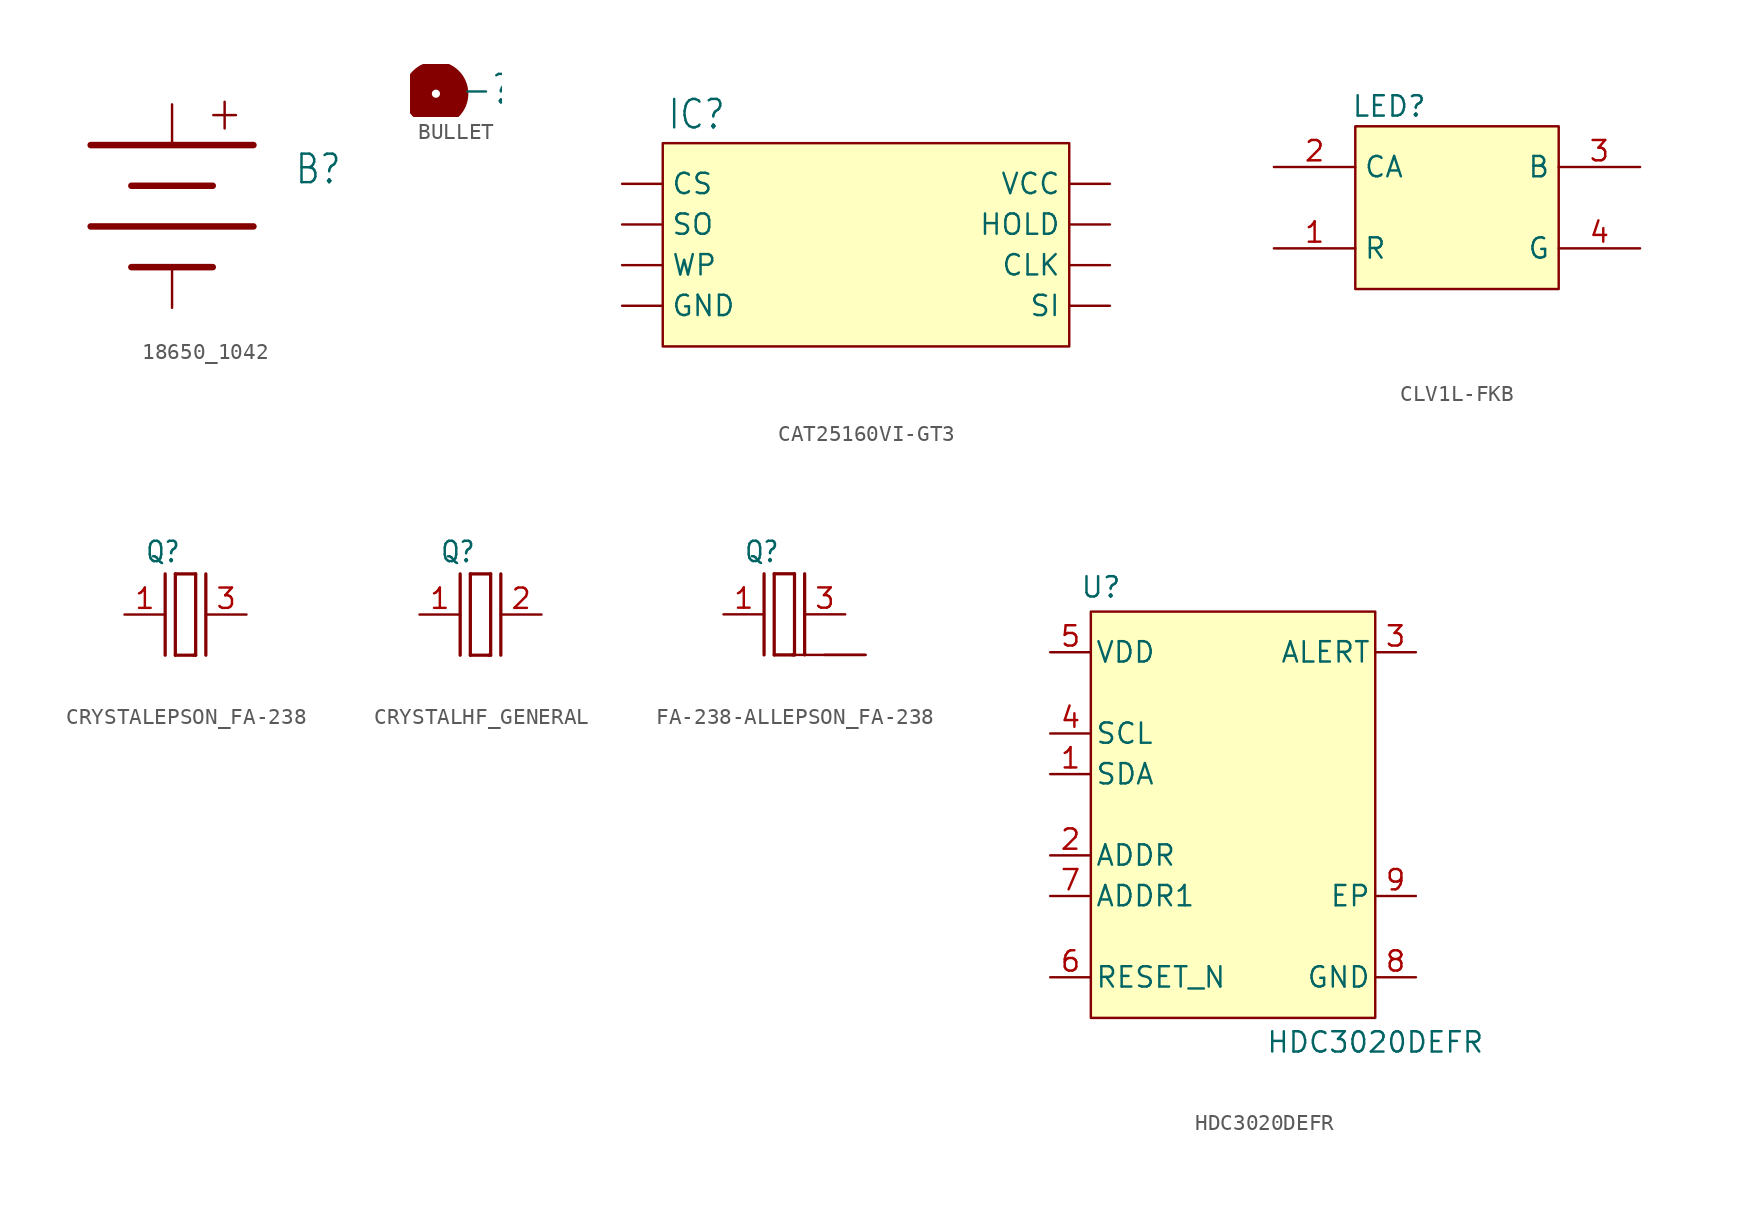
<source format=kicad_sym>
(kicad_symbol_lib
  (version 20241209)
  (generator "kicad_symbol_editor")
  (generator_version "9.0")
  (symbol "18650_1042"
    (property "Reference" "B"
      (at 7.62 2.54 0)
      (effects (font (size 1.778 1.511)) (justify left bottom)))
    (property "Value" ""
      (at 7.62 0 0)
      (effects (font (size 1.778 1.511)) (justify left bottom)))
    (property "ki_locked" ""
      (at 0 0 0)
      (effects (font (size 1.27 1.27))))
    (symbol "18650_1042_1_0"
      (polyline (pts (xy -5.08 5.08) (xy 5.08 5.08)) (stroke (width 0.406) (type solid)) (fill (type none)))
      (polyline (pts (xy -5.08 0) (xy 5.08 0)) (stroke (width 0.406) (type solid)) (fill (type none)))
      (polyline (pts (xy -2.54 2.54) (xy 2.54 2.54)) (stroke (width 0.406) (type solid)) (fill (type none)))
      (polyline (pts (xy -2.54 -2.54) (xy 2.54 -2.54)) (stroke (width 0.406) (type solid)) (fill (type none)))
      (text "+" (at 2.032 5.842 0) (effects (font (size 2.184 1.857)) (justify left bottom)))
      (pin bidirectional line (at 0 7.62 270) (length 2.54) (name "+" (effects (font (size 0 0)))) (number "+" (effects (font (size 0 0)))))
      (pin bidirectional line (at 0 -5.08 90) (length 2.54) (name "-" (effects (font (size 0 0)))) (number "-" (effects (font (size 0 0)))))))
  (symbol "BULLET"
    (property "Reference" "-"
      (at 1.524 -0.762 0)
      (effects (font (size 1.778 1.511)) (justify left bottom)))
    (property "ki_locked" ""
      (at 0 0 0)
      (effects (font (size 1.27 1.27))))
    (symbol "BULLET_1_0"
      (circle (center 0 0) (radius 0.254) (stroke (width 1.778) (type solid)) (fill (type none)))))
  (symbol "CAT25160VI-GT3"
    (property "Reference" "IC"
      (at -12.446 5.842 0)
      (effects (font (size 1.778 1.511)) (justify left bottom)))
    (property "Value" ""
      (at -12.7 -10.16 0)
      (effects (font (size 1.778 1.511)) (justify left bottom)))
    (property "ki_locked" ""
      (at 0 0 0)
      (effects (font (size 1.27 1.27))))
    (symbol "CAT25160VI-GT3_1_0"
      (pin bidirectional line (at -15.24 2.54 0) (length 2.54) (name "CS" (effects (font (size 1.27 1.27)))) (number "1" (effects (font (size 0 0)))))
      (pin bidirectional line (at -15.24 0 0) (length 2.54) (name "SO" (effects (font (size 1.27 1.27)))) (number "2" (effects (font (size 0 0)))))
      (pin bidirectional line (at -15.24 -2.54 0) (length 2.54) (name "WP" (effects (font (size 1.27 1.27)))) (number "3" (effects (font (size 0 0)))))
      (pin bidirectional line (at -15.24 -5.08 0) (length 2.54) (name "GND" (effects (font (size 1.27 1.27)))) (number "4" (effects (font (size 0 0)))))
      (pin bidirectional line (at 15.24 2.54 180) (length 2.54) (name "VCC" (effects (font (size 1.27 1.27)))) (number "8" (effects (font (size 0 0)))))
      (pin bidirectional line (at 15.24 0 180) (length 2.54) (name "HOLD" (effects (font (size 1.27 1.27)))) (number "7" (effects (font (size 0 0)))))
      (pin bidirectional line (at 15.24 -2.54 180) (length 2.54) (name "CLK" (effects (font (size 1.27 1.27)))) (number "6" (effects (font (size 0 0)))))
      (pin bidirectional line (at 15.24 -5.08 180) (length 2.54) (name "SI" (effects (font (size 1.27 1.27)))) (number "5" (effects (font (size 0 0))))))
    (symbol "CAT25160VI-GT3_1_1"
      (rectangle (start -12.7 5.08) (end 12.7 -7.62) (stroke (width 0) (type solid)) (fill (type background)))))
  (symbol "CLV1L-FKB"
    (property "Reference" "LED"
      (at -5.334 5.588 0)
      (effects (font (size 1.27 1.27)) (justify left bottom)))
    (property "Value" ""
      (at -5.08 -8.89 0)
      (effects (font (size 2.54 2.159)) (justify left bottom)))
    (symbol "CLV1L-FKB_1_0"
      (pin bidirectional line (at -10.16 2.54 0) (length 5.08) (name "CA" (effects (font (size 1.27 1.27)))) (number "2" (effects (font (size 1.27 1.27)))))
      (pin bidirectional line (at -10.16 -2.54 0) (length 5.08) (name "R" (effects (font (size 1.27 1.27)))) (number "1" (effects (font (size 1.27 1.27)))))
      (pin bidirectional line (at 12.7 2.54 180) (length 5.08) (name "B" (effects (font (size 1.27 1.27)))) (number "3" (effects (font (size 1.27 1.27)))))
      (pin bidirectional line (at 12.7 -2.54 180) (length 5.08) (name "G" (effects (font (size 1.27 1.27)))) (number "4" (effects (font (size 1.27 1.27))))))
    (symbol "CLV1L-FKB_1_1"
      (rectangle (start -5.08 5.08) (end 7.62 -5.08) (stroke (width 0) (type solid)) (fill (type background)))))
  (symbol "CRYSTALEPSON_FA-238"
    (property "Reference" "Q"
      (at -2.54 3.175 0)
      (effects (font (size 1.27 1.079)) (justify left bottom)))
    (property "Value" ""
      (at -3.81 -4.445 0)
      (effects (font (size 1.27 1.079)) (justify left bottom)))
    (property "ki_locked" ""
      (at 0 0 0)
      (effects (font (size 1.27 1.27))))
    (symbol "CRYSTALEPSON_FA-238_1_0"
      (polyline (pts (xy -1.27 2.54) (xy -1.27 -2.54)) (stroke (width 0.203) (type solid)) (fill (type none)))
      (polyline (pts (xy -0.635 2.54) (xy 0.635 2.54)) (stroke (width 0.203) (type solid)) (fill (type none)))
      (polyline (pts (xy -0.635 -2.54) (xy -0.635 2.54)) (stroke (width 0.203) (type solid)) (fill (type none)))
      (polyline (pts (xy 0.508 -2.54) (xy -0.635 -2.54)) (stroke (width 0.203) (type solid)) (fill (type none)))
      (polyline (pts (xy 0.635 2.54) (xy 0.635 -2.54)) (stroke (width 0.203) (type solid)) (fill (type none)))
      (polyline (pts (xy 0.635 -2.54) (xy 0.508 -2.54)) (stroke (width 0.203) (type solid)) (fill (type none)))
      (polyline (pts (xy 1.27 2.54) (xy 1.27 -2.54)) (stroke (width 0.203) (type solid)) (fill (type none)))
      (pin passive line (at -3.81 0 0) (length 2.54) (name "1" (effects (font (size 0 0)))) (number "1" (effects (font (size 1.27 1.27)))))
      (pin passive line (at 3.81 0 180) (length 2.54) (name "2" (effects (font (size 0 0)))) (number "3" (effects (font (size 1.27 1.27)))))))
  (symbol "CRYSTALHF_GENERAL"
    (property "Reference" "Q"
      (at -2.54 3.175 0)
      (effects (font (size 1.27 1.079)) (justify left bottom)))
    (property "Value" ""
      (at -3.81 -4.445 0)
      (effects (font (size 1.27 1.079)) (justify left bottom)))
    (property "ki_locked" ""
      (at 0 0 0)
      (effects (font (size 1.27 1.27))))
    (symbol "CRYSTALHF_GENERAL_1_0"
      (polyline (pts (xy -1.27 2.54) (xy -1.27 -2.54)) (stroke (width 0.203) (type solid)) (fill (type none)))
      (polyline (pts (xy -0.635 2.54) (xy 0.635 2.54)) (stroke (width 0.203) (type solid)) (fill (type none)))
      (polyline (pts (xy -0.635 -2.54) (xy -0.635 2.54)) (stroke (width 0.203) (type solid)) (fill (type none)))
      (polyline (pts (xy 0.508 -2.54) (xy -0.635 -2.54)) (stroke (width 0.203) (type solid)) (fill (type none)))
      (polyline (pts (xy 0.635 2.54) (xy 0.635 -2.54)) (stroke (width 0.203) (type solid)) (fill (type none)))
      (polyline (pts (xy 0.635 -2.54) (xy 0.508 -2.54)) (stroke (width 0.203) (type solid)) (fill (type none)))
      (polyline (pts (xy 1.27 2.54) (xy 1.27 -2.54)) (stroke (width 0.203) (type solid)) (fill (type none)))
      (pin passive line (at -3.81 0 0) (length 2.54) (name "1" (effects (font (size 0 0)))) (number "1" (effects (font (size 1.27 1.27)))))
      (pin passive line (at 3.81 0 180) (length 2.54) (name "2" (effects (font (size 0 0)))) (number "2" (effects (font (size 1.27 1.27)))))))
  (symbol "FA-238-ALLEPSON_FA-238"
    (property "Reference" "Q"
      (at -2.54 3.175 0)
      (effects (font (size 1.27 1.079)) (justify left bottom)))
    (property "Value" ""
      (at -3.81 -4.445 0)
      (effects (font (size 1.27 1.079)) (justify left bottom)))
    (property "ki_locked" ""
      (at 0 0 0)
      (effects (font (size 1.27 1.27))))
    (symbol "FA-238-ALLEPSON_FA-238_1_0"
      (polyline (pts (xy -1.27 2.54) (xy -1.27 -2.54)) (stroke (width 0.203) (type solid)) (fill (type none)))
      (polyline (pts (xy -0.635 2.54) (xy 0.635 2.54)) (stroke (width 0.203) (type solid)) (fill (type none)))
      (polyline (pts (xy -0.635 -2.54) (xy -0.635 2.54)) (stroke (width 0.203) (type solid)) (fill (type none)))
      (polyline (pts (xy 0.508 -2.54) (xy -0.635 -2.54)) (stroke (width 0.203) (type solid)) (fill (type none)))
      (polyline (pts (xy 0.635 2.54) (xy 0.635 -2.54)) (stroke (width 0.203) (type solid)) (fill (type none)))
      (polyline (pts (xy 0.635 -2.54) (xy 0.508 -2.54)) (stroke (width 0.203) (type solid)) (fill (type none)))
      (polyline (pts (xy 1.27 2.54) (xy 1.27 -2.54)) (stroke (width 0.203) (type solid)) (fill (type none)))
      (polyline (pts (xy 2.54 -2.54) (xy 0.508 -2.54)) (stroke (width 0.152) (type solid)) (fill (type none)))
      (pin passive line (at -3.81 0 0) (length 2.54) (name "1" (effects (font (size 0 0)))) (number "1" (effects (font (size 1.27 1.27)))))
      (pin passive line (at 3.81 0 180) (length 2.54) (name "2" (effects (font (size 0 0)))) (number "3" (effects (font (size 1.27 1.27)))))
      (pin bidirectional line (at 5.08 -2.54 180) (length 2.54) (name "P$1" (effects (font (size 0 0)))) (number "2" (effects (font (size 0 0)))))
      (pin bidirectional line (at 5.08 -2.54 180) (length 2.54) (name "P$1" (effects (font (size 0 0)))) (number "4" (effects (font (size 0 0)))))))
  (symbol "HDC3020DEFR"
    (pin_names
      (offset 0.254))
    (property "Reference" "U"
      (at -8.255 14.224 0)
      (effects (font (size 1.27 1.27))))
    (property "Value" "HDC3020DEFR"
      (at 8.89 -14.224 0)
      (effects (font (size 1.27 1.27))))
    (symbol "HDC3020DEFR_0_1"
      (pin power_in line (at -11.43 10.16 0) (length 2.54) (name "VDD" (effects (font (size 1.27 1.27)))) (number "5" (effects (font (size 1.27 1.27)))))
      (pin input line (at -11.43 5.08 0) (length 2.54) (name "SCL" (effects (font (size 1.27 1.27)))) (number "4" (effects (font (size 1.27 1.27)))))
      (pin bidirectional line (at -11.43 2.54 0) (length 2.54) (name "SDA" (effects (font (size 1.27 1.27)))) (number "1" (effects (font (size 1.27 1.27)))))
      (pin input line (at -11.43 -2.54 0) (length 2.54) (name "ADDR" (effects (font (size 1.27 1.27)))) (number "2" (effects (font (size 1.27 1.27)))))
      (pin input line (at -11.43 -5.08 0) (length 2.54) (name "ADDR1" (effects (font (size 1.27 1.27)))) (number "7" (effects (font (size 1.27 1.27)))))
      (pin input line (at -11.43 -10.16 0) (length 2.54) (name "RESET_N" (effects (font (size 1.27 1.27)))) (number "6" (effects (font (size 1.27 1.27)))))
      (pin input line (at 11.43 10.16 180) (length 2.54) (name "ALERT" (effects (font (size 1.27 1.27)))) (number "3" (effects (font (size 1.27 1.27)))))
      (pin unspecified line (at 11.43 -5.08 180) (length 2.54) (name "EP" (effects (font (size 1.27 1.27)))) (number "9" (effects (font (size 1.27 1.27)))))
      (pin power_in line (at 11.43 -10.16 180) (length 2.54) (name "GND" (effects (font (size 1.27 1.27)))) (number "8" (effects (font (size 1.27 1.27))))))
    (symbol "HDC3020DEFR_1_1"
      (rectangle (start -8.89 12.7) (end 8.89 -12.7) (stroke (width 0) (type solid)) (fill (type background))))))
</source>
